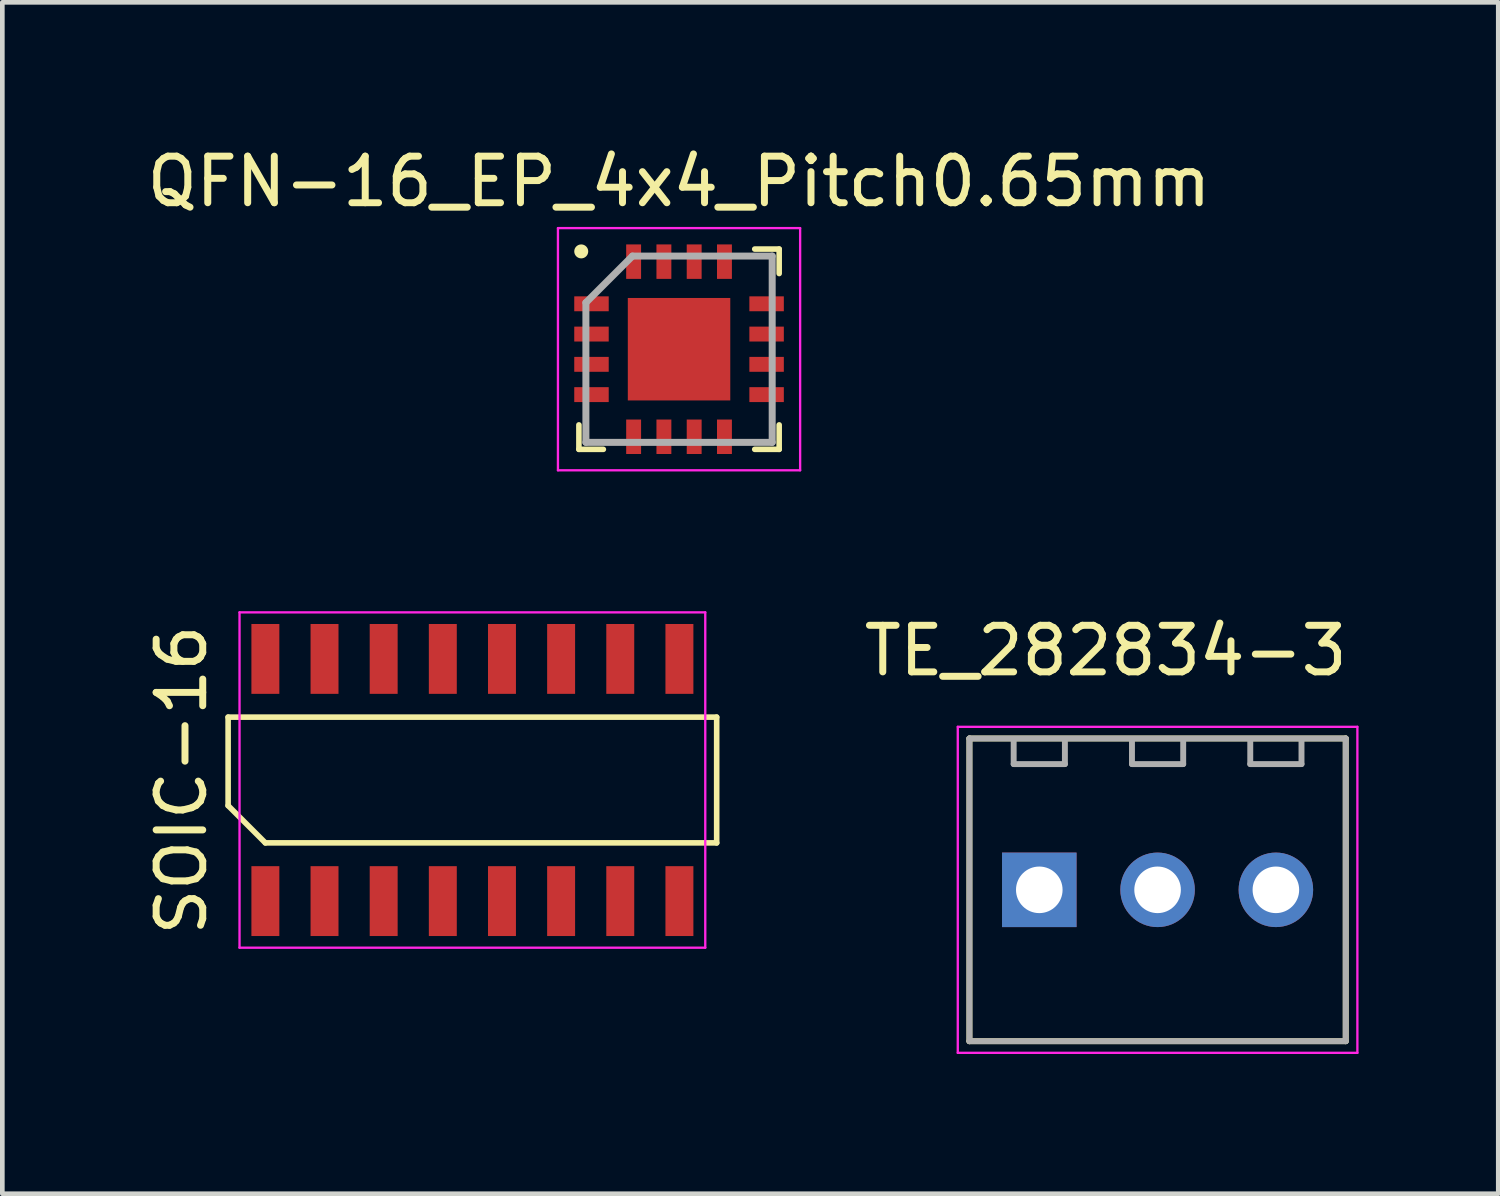
<source format=kicad_pcb>
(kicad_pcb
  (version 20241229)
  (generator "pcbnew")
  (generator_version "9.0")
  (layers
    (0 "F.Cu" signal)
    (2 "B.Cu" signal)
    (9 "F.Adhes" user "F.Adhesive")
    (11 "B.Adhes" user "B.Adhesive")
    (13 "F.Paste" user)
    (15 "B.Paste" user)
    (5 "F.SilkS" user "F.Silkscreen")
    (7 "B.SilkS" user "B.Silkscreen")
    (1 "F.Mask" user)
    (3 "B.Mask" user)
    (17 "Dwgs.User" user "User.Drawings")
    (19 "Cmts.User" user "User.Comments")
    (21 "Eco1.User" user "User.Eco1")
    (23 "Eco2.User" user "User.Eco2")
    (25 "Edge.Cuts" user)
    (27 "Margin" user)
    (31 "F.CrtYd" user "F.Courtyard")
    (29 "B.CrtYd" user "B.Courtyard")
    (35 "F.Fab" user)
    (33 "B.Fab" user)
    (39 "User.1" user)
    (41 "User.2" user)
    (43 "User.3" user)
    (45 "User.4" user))
  (footprint "TE_282834-3"
    (layer "F.Cu")
    (at 21.805 16.056)
    (property "Reference" "TE_282834-3" (at -1.115 -5.135 0) (layer "F.SilkS") (effects (font (size 1 1) (thickness 0.15))))
    (attr through_hole)
    (fp_line (start -4.04 -3.25) (end 4.04 -3.25) (stroke (width 0.127) (type solid)) (layer "F.SilkS"))
    (fp_line (start -4.04 3.25) (end -4.04 -3.25) (stroke (width 0.127) (type solid)) (layer "F.SilkS"))
    (fp_line (start 4.04 -3.25) (end 4.04 3.25) (stroke (width 0.127) (type solid)) (layer "F.SilkS"))
    (fp_line (start 4.04 3.25) (end -4.04 3.25) (stroke (width 0.127) (type solid)) (layer "F.SilkS"))
    (fp_line (start -4.29 -3.5) (end -4.29 3.5) (stroke (width 0.05) (type solid)) (layer "F.CrtYd"))
    (fp_line (start -4.29 3.5) (end 4.29 3.5) (stroke (width 0.05) (type solid)) (layer "F.CrtYd"))
    (fp_line (start 4.29 -3.5) (end -4.29 -3.5) (stroke (width 0.05) (type solid)) (layer "F.CrtYd"))
    (fp_line (start 4.29 3.5) (end 4.29 -3.5) (stroke (width 0.05) (type solid)) (layer "F.CrtYd"))
    (fp_line (start -4.04 -3.25) (end 4.04 -3.25) (stroke (width 0.127) (type solid)) (layer "F.Fab"))
    (fp_line (start -4.04 3.25) (end -4.04 -3.25) (stroke (width 0.127) (type solid)) (layer "F.Fab"))
    (fp_line (start -3.09 -2.7) (end -3.09 -3.2) (stroke (width 0.127) (type solid)) (layer "F.Fab"))
    (fp_line (start -3.09 -2.7) (end -1.99 -2.7) (stroke (width 0.127) (type solid)) (layer "F.Fab"))
    (fp_line (start -1.99 -2.7) (end -1.99 -3.2) (stroke (width 0.127) (type solid)) (layer "F.Fab"))
    (fp_line (start -0.55 -2.7) (end -0.55 -3.2) (stroke (width 0.127) (type solid)) (layer "F.Fab"))
    (fp_line (start -0.55 -2.7) (end 0.55 -2.7) (stroke (width 0.127) (type solid)) (layer "F.Fab"))
    (fp_line (start 0.55 -2.7) (end 0.55 -3.2) (stroke (width 0.127) (type solid)) (layer "F.Fab"))
    (fp_line (start 1.99 -2.7) (end 1.99 -3.2) (stroke (width 0.127) (type solid)) (layer "F.Fab"))
    (fp_line (start 1.99 -2.7) (end 3.09 -2.7) (stroke (width 0.127) (type solid)) (layer "F.Fab"))
    (fp_line (start 3.09 -2.7) (end 3.09 -3.2) (stroke (width 0.127) (type solid)) (layer "F.Fab"))
    (fp_line (start 4.04 -3.25) (end 4.04 3.25) (stroke (width 0.127) (type solid)) (layer "F.Fab"))
    (fp_line (start 4.04 3.25) (end -4.04 3.25) (stroke (width 0.127) (type solid)) (layer "F.Fab"))
    (pad "1" thru_hole rect (at -2.54 0) (size 1.6 1.6) (drill 1) (layers "*.Cu" "*.Mask"))
    (pad "2" thru_hole circle (at 0 0) (size 1.6 1.6) (drill 1) (layers "*.Cu" "*.Mask"))
    (pad "3" thru_hole circle (at 2.54 0) (size 1.6 1.6) (drill 1) (layers "*.Cu" "*.Mask")))
  (footprint "SOIC-16"
    (layer "F.Cu")
    (at 7.093 13.698)
    (property "Reference" "SOIC-16" (at -6.245 0 90) (layer "F.SilkS") (effects (font (size 1 1) (thickness 0.15))))
    (attr smd)
    (fp_line (start -5.245 -1.35) (end 5.245 -1.35) (stroke (width 0.12) (type default)) (layer "F.SilkS"))
    (fp_line (start -5.245 0.55) (end -5.245 -1.35) (stroke (width 0.12) (type default)) (layer "F.SilkS"))
    (fp_line (start -4.445 1.35) (end -5.245 0.55) (stroke (width 0.12) (type default)) (layer "F.SilkS"))
    (fp_line (start 5.245 -1.35) (end 5.245 1.35) (stroke (width 0.12) (type default)) (layer "F.SilkS"))
    (fp_line (start 5.245 1.35) (end -4.445 1.35) (stroke (width 0.12) (type default)) (layer "F.SilkS"))
    (fp_line (start -5 -3.6) (end 5 -3.6) (stroke (width 0.05) (type default)) (layer "F.CrtYd"))
    (fp_line (start -5 3.6) (end -5 -3.6) (stroke (width 0.05) (type default)) (layer "F.CrtYd"))
    (fp_line (start 5 -3.6) (end 5 3.6) (stroke (width 0.05) (type default)) (layer "F.CrtYd"))
    (fp_line (start 5 3.6) (end -5 3.6) (stroke (width 0.05) (type default)) (layer "F.CrtYd"))
    (pad "1" smd rect (at -4.445 2.6) (size 0.6 1.5) (layers "F.Cu" "F.Mask" "F.Paste"))
    (pad "2" smd rect (at -3.175 2.6) (size 0.6 1.5) (layers "F.Cu" "F.Mask" "F.Paste"))
    (pad "3" smd rect (at -1.905 2.6) (size 0.6 1.5) (layers "F.Cu" "F.Mask" "F.Paste"))
    (pad "4" smd rect (at -0.635 2.6) (size 0.6 1.5) (layers "F.Cu" "F.Mask" "F.Paste"))
    (pad "5" smd rect (at 0.635 2.6) (size 0.6 1.5) (layers "F.Cu" "F.Mask" "F.Paste"))
    (pad "6" smd rect (at 1.905 2.6) (size 0.6 1.5) (layers "F.Cu" "F.Mask" "F.Paste"))
    (pad "7" smd rect (at 3.175 2.6) (size 0.6 1.5) (layers "F.Cu" "F.Mask" "F.Paste"))
    (pad "8" smd rect (at 4.445 2.6) (size 0.6 1.5) (layers "F.Cu" "F.Mask" "F.Paste"))
    (pad "9" smd rect (at 4.445 -2.6) (size 0.6 1.5) (layers "F.Cu" "F.Mask" "F.Paste"))
    (pad "10" smd rect (at 3.175 -2.6) (size 0.6 1.5) (layers "F.Cu" "F.Mask" "F.Paste"))
    (pad "11" smd rect (at 1.905 -2.6) (size 0.6 1.5) (layers "F.Cu" "F.Mask" "F.Paste"))
    (pad "12" smd rect (at 0.635 -2.6) (size 0.6 1.5) (layers "F.Cu" "F.Mask" "F.Paste"))
    (pad "13" smd rect (at -0.635 -2.6) (size 0.6 1.5) (layers "F.Cu" "F.Mask" "F.Paste"))
    (pad "14" smd rect (at -1.905 -2.6) (size 0.6 1.5) (layers "F.Cu" "F.Mask" "F.Paste"))
    (pad "15" smd rect (at -3.175 -2.6) (size 0.6 1.5) (layers "F.Cu" "F.Mask" "F.Paste"))
    (pad "16" smd rect (at -4.445 -2.6) (size 0.6 1.5) (layers "F.Cu" "F.Mask" "F.Paste")))
  (footprint "QFN-16_EP_4x4_Pitch0.65mm"
    (layer "F.Cu")
    (at 11.53 4.448)
    (property "Reference" "QFN-16_EP_4x4_Pitch0.65mm" (at 0 -3.6 0) (layer "F.SilkS") (effects (font (size 1 1) (thickness 0.15))))
    (attr smd)
    (fp_line (start -2.15 2.15) (end -2.15 1.625) (stroke (width 0.12) (type default)) (layer "F.SilkS"))
    (fp_line (start -1.625 2.15) (end -2.15 2.15) (stroke (width 0.12) (type default)) (layer "F.SilkS"))
    (fp_line (start 1.625 -2.15) (end 2.15 -2.15) (stroke (width 0.12) (type default)) (layer "F.SilkS"))
    (fp_line (start 1.625 2.15) (end 2.15 2.15) (stroke (width 0.12) (type default)) (layer "F.SilkS"))
    (fp_line (start 2.15 -2.15) (end 2.15 -1.625) (stroke (width 0.12) (type default)) (layer "F.SilkS"))
    (fp_line (start 2.15 2.15) (end 2.15 1.625) (stroke (width 0.12) (type default)) (layer "F.SilkS"))
    (fp_circle (center -2.1 -2.1) (end -2 -2.1) (stroke (width 0.1) (type solid)) (fill yes) (layer "F.SilkS"))
    (fp_line (start -2.6 -2.6) (end 2.6 -2.6) (stroke (width 0.05) (type default)) (layer "F.CrtYd"))
    (fp_line (start -2.6 2.6) (end -2.6 -2.6) (stroke (width 0.05) (type default)) (layer "F.CrtYd"))
    (fp_line (start 2.6 -2.6) (end 2.6 2.6) (stroke (width 0.05) (type default)) (layer "F.CrtYd"))
    (fp_line (start 2.6 2.6) (end -2.6 2.6) (stroke (width 0.05) (type default)) (layer "F.CrtYd"))
    (fp_line (start -2 -1) (end -2 2) (stroke (width 0.15) (type default)) (layer "F.Fab"))
    (fp_line (start -2 2) (end 2 2) (stroke (width 0.15) (type default)) (layer "F.Fab"))
    (fp_line (start -1 -2) (end -2 -1) (stroke (width 0.15) (type default)) (layer "F.Fab"))
    (fp_line (start 2 -2) (end -1 -2) (stroke (width 0.15) (type default)) (layer "F.Fab"))
    (fp_line (start 2 2) (end 2 -2) (stroke (width 0.15) (type default)) (layer "F.Fab"))
    (pad "1" smd rect (at -1.88 -0.975 90) (size 0.32 0.74) (layers "F.Cu" "F.Mask" "F.Paste"))
    (pad "2" smd rect (at -1.88 -0.325 90) (size 0.32 0.74) (layers "F.Cu" "F.Mask" "F.Paste"))
    (pad "3" smd rect (at -1.88 0.325 90) (size 0.32 0.74) (layers "F.Cu" "F.Mask" "F.Paste"))
    (pad "4" smd rect (at -1.88 0.975 90) (size 0.32 0.74) (layers "F.Cu" "F.Mask" "F.Paste"))
    (pad "5" smd rect (at -0.975 1.88) (size 0.32 0.74) (layers "F.Cu" "F.Mask" "F.Paste"))
    (pad "6" smd rect (at -0.325 1.88) (size 0.32 0.74) (layers "F.Cu" "F.Mask" "F.Paste"))
    (pad "7" smd rect (at 0.325 1.88) (size 0.32 0.74) (layers "F.Cu" "F.Mask" "F.Paste"))
    (pad "8" smd rect (at 0.975 1.88) (size 0.32 0.74) (layers "F.Cu" "F.Mask" "F.Paste"))
    (pad "9" smd rect (at 1.88 0.975 90) (size 0.32 0.74) (layers "F.Cu" "F.Mask" "F.Paste"))
    (pad "10" smd rect (at 1.88 0.325 90) (size 0.32 0.74) (layers "F.Cu" "F.Mask" "F.Paste"))
    (pad "11" smd rect (at 1.88 -0.325 90) (size 0.32 0.74) (layers "F.Cu" "F.Mask" "F.Paste"))
    (pad "12" smd rect (at 1.88 -0.975 90) (size 0.32 0.74) (layers "F.Cu" "F.Mask" "F.Paste"))
    (pad "13" smd rect (at 0.975 -1.88) (size 0.32 0.74) (layers "F.Cu" "F.Mask" "F.Paste"))
    (pad "14" smd rect (at 0.325 -1.88) (size 0.32 0.74) (layers "F.Cu" "F.Mask" "F.Paste"))
    (pad "15" smd rect (at -0.325 -1.88) (size 0.32 0.74) (layers "F.Cu" "F.Mask" "F.Paste"))
    (pad "16" smd rect (at -0.975 -1.88) (size 0.32 0.74) (layers "F.Cu" "F.Mask" "F.Paste"))
    (pad "17" smd rect (at 0 0) (size 2.2 2.2) (layers "F.Cu" "F.Mask" "F.Paste")))
  (gr_rect
    (start -3 -3)
    (end 29.12 22.581)
    (stroke (width 0.1) (type default))
    (fill no)
    (layer "Edge.Cuts")))
</source>
